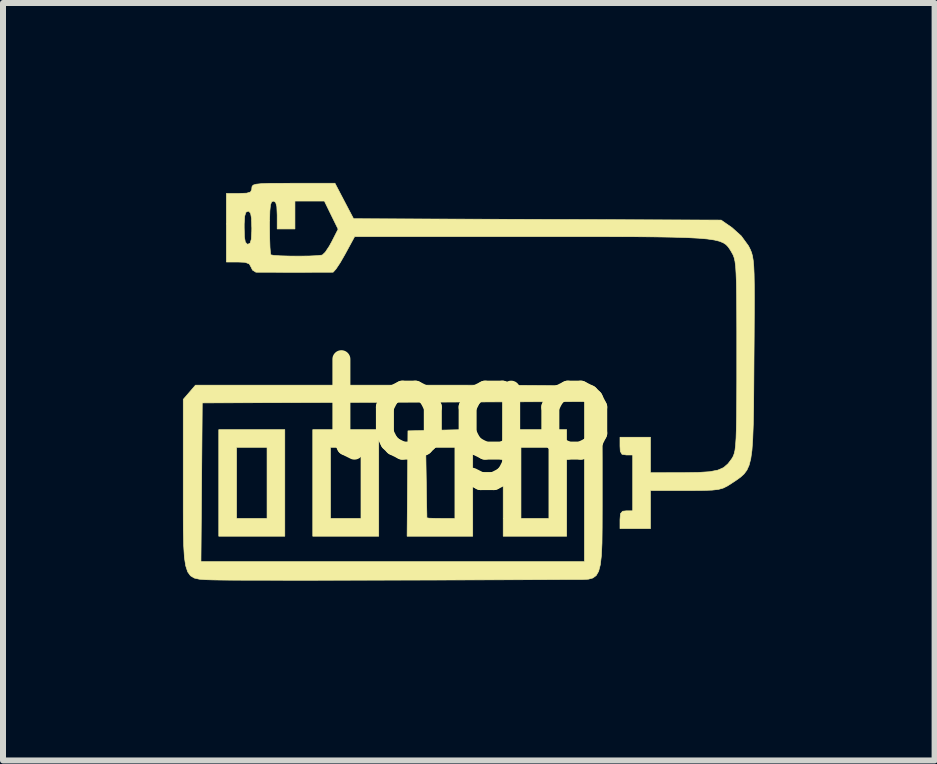
<source format=kicad_pcb>
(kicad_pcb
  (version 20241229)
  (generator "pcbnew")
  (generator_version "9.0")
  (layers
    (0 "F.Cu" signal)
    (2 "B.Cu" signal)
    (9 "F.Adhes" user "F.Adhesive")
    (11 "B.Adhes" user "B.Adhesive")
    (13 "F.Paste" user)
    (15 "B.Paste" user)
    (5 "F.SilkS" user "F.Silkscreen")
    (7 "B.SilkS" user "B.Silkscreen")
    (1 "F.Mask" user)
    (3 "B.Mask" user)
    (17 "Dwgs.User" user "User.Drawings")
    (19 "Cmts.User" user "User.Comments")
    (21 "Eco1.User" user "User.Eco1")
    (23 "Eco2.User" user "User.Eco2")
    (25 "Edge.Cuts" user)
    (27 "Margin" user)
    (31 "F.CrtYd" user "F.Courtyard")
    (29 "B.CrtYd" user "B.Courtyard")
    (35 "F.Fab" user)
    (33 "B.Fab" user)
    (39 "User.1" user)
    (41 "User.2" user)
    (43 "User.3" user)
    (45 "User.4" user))
  (footprint "logo"
    (layer "F.Cu")
    (at 4.746 3.773)
    (property "Reference" "logo" (at 0 0 0) (layer "F.SilkS") (effects (font (size 1.524 1.524) (thickness 0.3))))
    (attr through_hole)
    (fp_poly (pts (xy -3.048 2.117) (xy -4.149 2.117) (xy -4.149 0.635) (xy -3.852 0.635) (xy -3.852 1.82) (xy -3.344 1.82) (xy -3.344 0.635) (xy -3.852 0.635) (xy -4.149 0.635) (xy -4.149 0.339) (xy -3.048 0.339) (xy -3.048 2.117)) (stroke (width 0.01) (type solid)) (fill yes) (layer "F.SilkS"))
    (fp_poly (pts (xy -1.482 2.117) (xy -2.582 2.117) (xy -2.582 0.635) (xy -2.286 0.635) (xy -2.286 1.82) (xy -1.778 1.82) (xy -1.778 0.635) (xy -2.286 0.635) (xy -2.582 0.635) (xy -2.582 0.339) (xy -1.482 0.339) (xy -1.482 2.117)) (stroke (width 0.01) (type solid)) (fill yes) (layer "F.SilkS"))
    (fp_poly (pts (xy 1.651 2.117) (xy 0.593 2.117) (xy 0.593 0.635) (xy 0.889 0.635) (xy 0.889 1.82) (xy 1.355 1.82) (xy 1.355 0.635) (xy 0.889 0.635) (xy 0.593 0.635) (xy 0.593 0.339) (xy 1.651 0.339) (xy 1.651 2.117)) (stroke (width 0.01) (type solid)) (fill yes) (layer "F.SilkS"))
    (fp_poly (pts (xy 0.085 2.117) (xy -1.009 2.117) (xy -1.002 1.238) (xy -0.997 0.635) (xy -0.699 0.635) (xy -0.689 1.217) (xy -0.686 1.429) (xy -0.683 1.608) (xy -0.68 1.739) (xy -0.679 1.805) (xy -0.679 1.81) (xy -0.64 1.816) (xy -0.54 1.819) (xy -0.445 1.82) (xy -0.212 1.82) (xy -0.212 0.635) (xy -0.455 0.635) (xy -0.699 0.635) (xy -0.997 0.635) (xy -0.995 0.36) (xy 0.085 0.336) (xy 0.085 2.117)) (stroke (width 0.01) (type solid)) (fill yes) (layer "F.SilkS"))
    (fp_poly (pts (xy -0.629 -0.402) (xy -0.101 -0.402) (xy 0.354 -0.401) (xy 0.74 -0.4) (xy 1.065 -0.398) (xy 1.334 -0.396) (xy 1.552 -0.393) (xy 1.726 -0.388) (xy 1.86 -0.383) (xy 1.96 -0.376) (xy 2.033 -0.368) (xy 2.084 -0.358) (xy 2.118 -0.346) (xy 2.141 -0.333) (xy 2.155 -0.322) (xy 2.178 -0.298) (xy 2.198 -0.268) (xy 2.213 -0.223) (xy 2.224 -0.155) (xy 2.232 -0.055) (xy 2.238 0.087) (xy 2.241 0.278) (xy 2.243 0.529) (xy 2.244 0.846) (xy 2.244 1.213) (xy 2.244 1.627) (xy 2.243 1.964) (xy 2.24 2.232) (xy 2.23 2.439) (xy 2.212 2.592) (xy 2.184 2.701) (xy 2.143 2.772) (xy 2.087 2.813) (xy 2.013 2.833) (xy 1.918 2.838) (xy 1.801 2.838) (xy 1.746 2.838) (xy 1.176 2.841) (xy 0.6 2.843) (xy 0.026 2.845) (xy -0.54 2.847) (xy -1.091 2.848) (xy -1.62 2.849) (xy -2.12 2.85) (xy -2.584 2.851) (xy -3.006 2.851) (xy -3.378 2.85) (xy -3.694 2.85) (xy -3.947 2.849) (xy -4.129 2.847) (xy -4.235 2.845) (xy -4.242 2.845) (xy -4.37 2.841) (xy -4.474 2.833) (xy -4.557 2.814) (xy -4.62 2.776) (xy -4.667 2.711) (xy -4.7 2.61) (xy -4.711 2.54) (xy -4.446 2.54) (xy 1.947 2.54) (xy 1.947 -0.128) (xy -1.238 -0.117) (xy -4.424 -0.106) (xy -4.435 1.217) (xy -4.446 2.54) (xy -4.711 2.54) (xy -4.722 2.466) (xy -4.734 2.27) (xy -4.74 2.015) (xy -4.741 1.693) (xy -4.741 1.296) (xy -4.741 1.224) (xy -4.741 -0.165) (xy -4.639 -0.283) (xy -4.537 -0.402) (xy -1.236 -0.402) (xy -0.629 -0.402)) (stroke (width 0.01) (type solid)) (fill yes) (layer "F.SilkS"))
    (fp_poly (pts (xy -2.057 -3.472) (xy -1.902 -3.177) (xy 1.162 -3.165) (xy 4.226 -3.154) (xy 4.41 -3.026) (xy 4.561 -2.89) (xy 4.68 -2.727) (xy 4.69 -2.709) (xy 4.714 -2.66) (xy 4.734 -2.611) (xy 4.749 -2.555) (xy 4.761 -2.482) (xy 4.77 -2.385) (xy 4.776 -2.253) (xy 4.779 -2.078) (xy 4.78 -1.853) (xy 4.779 -1.567) (xy 4.777 -1.213) (xy 4.774 -0.847) (xy 4.771 -0.405) (xy 4.768 -0.039) (xy 4.762 0.259) (xy 4.753 0.496) (xy 4.74 0.683) (xy 4.72 0.826) (xy 4.692 0.934) (xy 4.655 1.016) (xy 4.607 1.08) (xy 4.548 1.133) (xy 4.474 1.186) (xy 4.406 1.231) (xy 4.329 1.28) (xy 4.26 1.314) (xy 4.182 1.336) (xy 4.077 1.348) (xy 3.929 1.353) (xy 3.719 1.355) (xy 3.633 1.355) (xy 3.048 1.355) (xy 3.048 1.99) (xy 2.54 1.99) (xy 2.54 1.841) (xy 2.548 1.741) (xy 2.583 1.7) (xy 2.646 1.693) (xy 2.752 1.693) (xy 2.752 0.762) (xy 2.646 0.762) (xy 2.574 0.751) (xy 2.545 0.701) (xy 2.54 0.614) (xy 2.54 0.466) (xy 3.048 0.466) (xy 3.048 1.058) (xy 3.588 1.057) (xy 3.846 1.053) (xy 4.035 1.041) (xy 4.17 1.015) (xy 4.268 0.972) (xy 4.342 0.907) (xy 4.405 0.823) (xy 4.426 0.787) (xy 4.443 0.743) (xy 4.457 0.684) (xy 4.467 0.6) (xy 4.475 0.482) (xy 4.48 0.323) (xy 4.484 0.114) (xy 4.486 -0.155) (xy 4.487 -0.491) (xy 4.487 -0.889) (xy 4.487 -1.299) (xy 4.486 -1.632) (xy 4.484 -1.899) (xy 4.481 -2.106) (xy 4.475 -2.264) (xy 4.468 -2.381) (xy 4.457 -2.466) (xy 4.443 -2.527) (xy 4.426 -2.573) (xy 4.404 -2.612) (xy 4.402 -2.617) (xy 4.372 -2.666) (xy 4.343 -2.708) (xy 4.308 -2.745) (xy 4.262 -2.775) (xy 4.199 -2.801) (xy 4.112 -2.822) (xy 3.997 -2.839) (xy 3.846 -2.852) (xy 3.654 -2.862) (xy 3.416 -2.869) (xy 3.125 -2.874) (xy 2.775 -2.877) (xy 2.361 -2.878) (xy 1.876 -2.878) (xy 1.315 -2.878) (xy 1.07 -2.878) (xy -1.884 -2.878) (xy -2.045 -2.582) (xy -2.125 -2.443) (xy -2.194 -2.339) (xy -2.24 -2.287) (xy -2.246 -2.285) (xy -2.303 -2.284) (xy -2.425 -2.284) (xy -2.595 -2.284) (xy -2.792 -2.283) (xy -2.998 -2.283) (xy -3.194 -2.284) (xy -3.361 -2.284) (xy -3.481 -2.284) (xy -3.53 -2.285) (xy -3.587 -2.321) (xy -3.611 -2.371) (xy -3.641 -2.424) (xy -3.71 -2.45) (xy -3.827 -2.455) (xy -4.022 -2.455) (xy -4.022 -3.027) (xy -3.725 -3.027) (xy -3.721 -2.872) (xy -3.706 -2.787) (xy -3.676 -2.754) (xy -3.662 -2.752) (xy -3.626 -2.77) (xy -3.606 -2.836) (xy -3.599 -2.964) (xy -3.598 -3.027) (xy -3.599 -3.034) (xy -3.302 -3.034) (xy -3.3 -2.85) (xy -3.295 -2.7) (xy -3.287 -2.602) (xy -3.281 -2.575) (xy -3.231 -2.565) (xy -3.119 -2.558) (xy -2.968 -2.554) (xy -2.801 -2.553) (xy -2.64 -2.555) (xy -2.509 -2.561) (xy -2.429 -2.57) (xy -2.422 -2.572) (xy -2.373 -2.619) (xy -2.307 -2.718) (xy -2.263 -2.798) (xy -2.159 -3.003) (xy -2.274 -3.237) (xy -2.388 -3.471) (xy -2.879 -3.471) (xy -2.879 -3.006) (xy -3.175 -3.006) (xy -3.175 -3.239) (xy -3.181 -3.379) (xy -3.201 -3.451) (xy -3.239 -3.471) (xy -3.268 -3.458) (xy -3.287 -3.407) (xy -3.297 -3.306) (xy -3.302 -3.141) (xy -3.302 -3.034) (xy -3.599 -3.034) (xy -3.603 -3.181) (xy -3.618 -3.267) (xy -3.647 -3.3) (xy -3.662 -3.302) (xy -3.697 -3.284) (xy -3.717 -3.218) (xy -3.725 -3.089) (xy -3.725 -3.027) (xy -4.022 -3.027) (xy -4.022 -3.598) (xy -3.81 -3.598) (xy -3.683 -3.603) (xy -3.62 -3.622) (xy -3.599 -3.663) (xy -3.598 -3.683) (xy -3.594 -3.714) (xy -3.575 -3.737) (xy -3.527 -3.752) (xy -3.44 -3.761) (xy -3.301 -3.766) (xy -3.097 -3.767) (xy -2.905 -3.768) (xy -2.212 -3.768) (xy -2.057 -3.472)) (stroke (width 0.01) (type solid)) (fill yes) (layer "F.SilkS")))
  (gr_rect
    (start -3 -3)
    (end 12.531 9.628)
    (stroke (width 0.1) (type default))
    (fill no)
    (layer "Edge.Cuts")))
</source>
